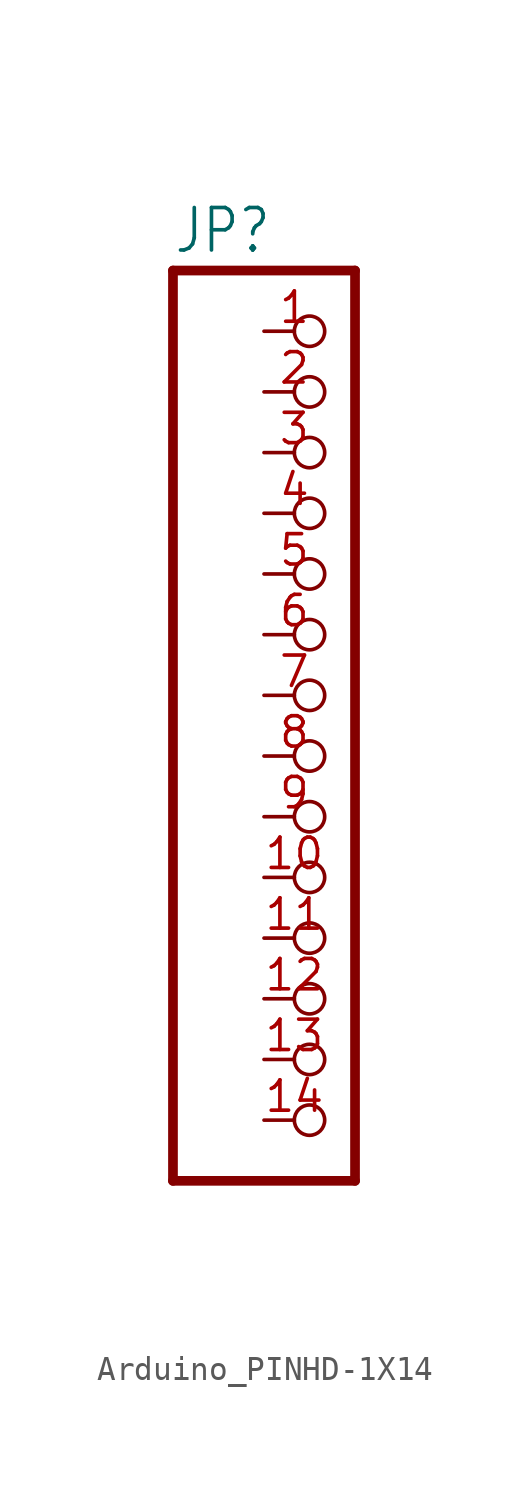
<source format=kicad_sym>
(kicad_symbol_lib
  (version 20220914)
  (generator kicad_symbol_editor)
  (symbol "Arduino_PINHD-1X14"
    (property "Reference" "JP"
      (at -6.35 18.415 0)
      (effects (font (size 1.778 1.511)) (justify left bottom)))
    (property "Value" ""
      (at -6.35 -22.86 0)
      (effects (font (size 1.778 1.511)) (justify left bottom)))
    (property "ki_locked" ""
      (at 0 0 0)
      (effects (font (size 1.27 1.27))))
    (symbol "Arduino_PINHD-1X14_1_0"
      (polyline (pts (xy -6.35 -20.32) (xy 1.27 -20.32)) (stroke (width 0.406) (type solid)) (fill (type none)))
      (polyline (pts (xy -6.35 17.78) (xy -6.35 -20.32)) (stroke (width 0.406) (type solid)) (fill (type none)))
      (polyline (pts (xy 1.27 -20.32) (xy 1.27 17.78)) (stroke (width 0.406) (type solid)) (fill (type none)))
      (polyline (pts (xy 1.27 17.78) (xy -6.35 17.78)) (stroke (width 0.406) (type solid)) (fill (type none)))
      (pin passive inverted (at -2.54 15.24 0) (length 2.54) (name "1" (effects (font (size 0 0)))) (number "1" (effects (font (size 1.27 1.27)))))
      (pin passive inverted (at -2.54 -7.62 0) (length 2.54) (name "10" (effects (font (size 0 0)))) (number "10" (effects (font (size 1.27 1.27)))))
      (pin passive inverted (at -2.54 -10.16 0) (length 2.54) (name "11" (effects (font (size 0 0)))) (number "11" (effects (font (size 1.27 1.27)))))
      (pin passive inverted (at -2.54 -12.7 0) (length 2.54) (name "12" (effects (font (size 0 0)))) (number "12" (effects (font (size 1.27 1.27)))))
      (pin passive inverted (at -2.54 -15.24 0) (length 2.54) (name "13" (effects (font (size 0 0)))) (number "13" (effects (font (size 1.27 1.27)))))
      (pin passive inverted (at -2.54 -17.78 0) (length 2.54) (name "14" (effects (font (size 0 0)))) (number "14" (effects (font (size 1.27 1.27)))))
      (pin passive inverted (at -2.54 12.7 0) (length 2.54) (name "2" (effects (font (size 0 0)))) (number "2" (effects (font (size 1.27 1.27)))))
      (pin passive inverted (at -2.54 10.16 0) (length 2.54) (name "3" (effects (font (size 0 0)))) (number "3" (effects (font (size 1.27 1.27)))))
      (pin passive inverted (at -2.54 7.62 0) (length 2.54) (name "4" (effects (font (size 0 0)))) (number "4" (effects (font (size 1.27 1.27)))))
      (pin passive inverted (at -2.54 5.08 0) (length 2.54) (name "5" (effects (font (size 0 0)))) (number "5" (effects (font (size 1.27 1.27)))))
      (pin passive inverted (at -2.54 2.54 0) (length 2.54) (name "6" (effects (font (size 0 0)))) (number "6" (effects (font (size 1.27 1.27)))))
      (pin passive inverted (at -2.54 0 0) (length 2.54) (name "7" (effects (font (size 0 0)))) (number "7" (effects (font (size 1.27 1.27)))))
      (pin passive inverted (at -2.54 -2.54 0) (length 2.54) (name "8" (effects (font (size 0 0)))) (number "8" (effects (font (size 1.27 1.27)))))
      (pin passive inverted (at -2.54 -5.08 0) (length 2.54) (name "9" (effects (font (size 0 0)))) (number "9" (effects (font (size 1.27 1.27))))))))
</source>
